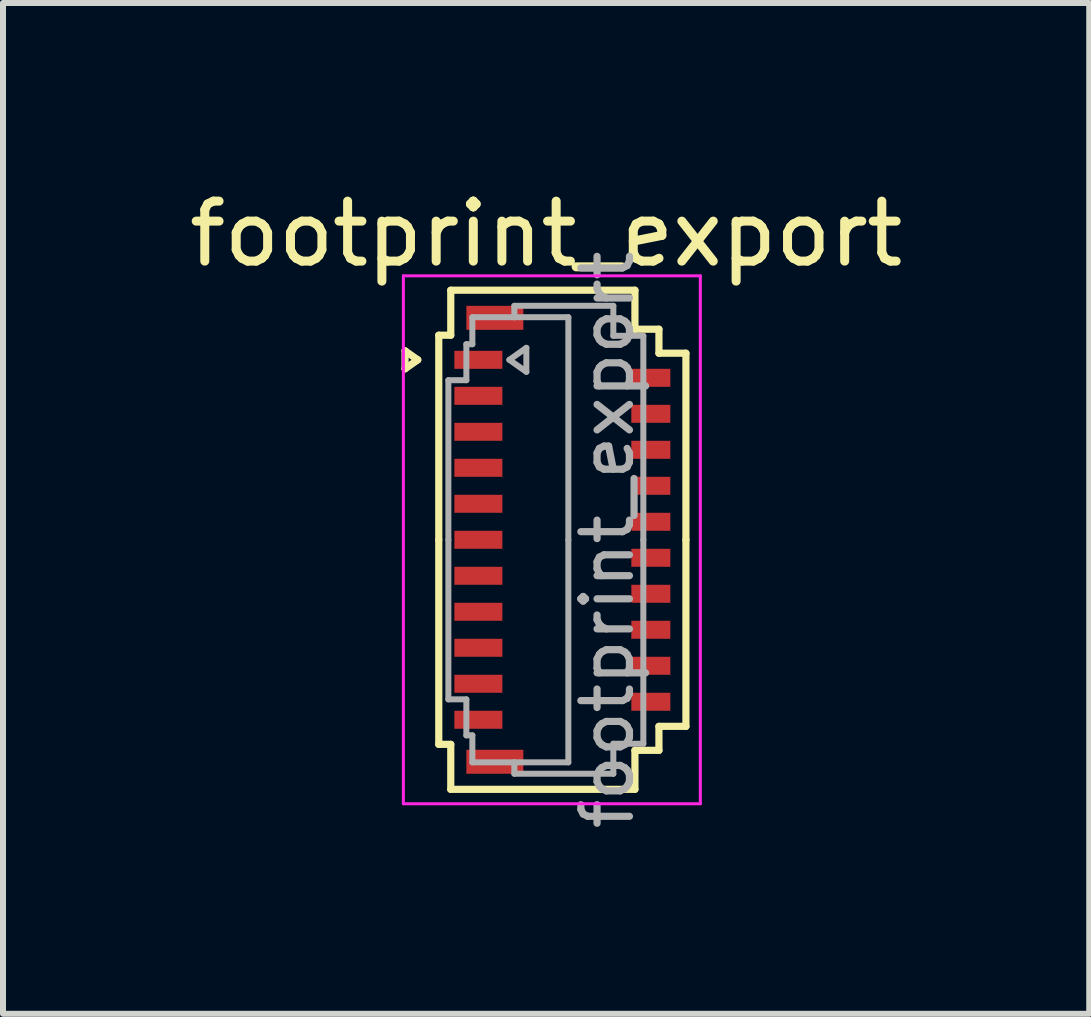
<source format=kicad_pcb>
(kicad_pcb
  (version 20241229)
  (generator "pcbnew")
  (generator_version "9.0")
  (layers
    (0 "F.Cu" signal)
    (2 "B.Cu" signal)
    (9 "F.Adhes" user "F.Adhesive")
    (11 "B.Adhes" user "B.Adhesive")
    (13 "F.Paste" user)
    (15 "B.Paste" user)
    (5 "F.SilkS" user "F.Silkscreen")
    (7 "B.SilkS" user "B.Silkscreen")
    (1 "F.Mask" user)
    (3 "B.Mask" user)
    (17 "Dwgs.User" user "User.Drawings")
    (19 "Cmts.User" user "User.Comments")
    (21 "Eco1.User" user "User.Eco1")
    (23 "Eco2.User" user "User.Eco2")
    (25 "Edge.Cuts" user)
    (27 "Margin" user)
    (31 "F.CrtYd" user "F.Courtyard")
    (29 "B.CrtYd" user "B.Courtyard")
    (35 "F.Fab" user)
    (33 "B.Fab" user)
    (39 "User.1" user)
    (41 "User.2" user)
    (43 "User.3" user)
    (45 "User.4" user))
  (footprint "footprint_export"
    (layer "F.Cu")
    (at 6.324 5.948)
    (property "Reference" "footprint_export" (at -0.27 -5.1 0) (layer "F.SilkS") (effects (font (size 1 1) (thickness 0.15))))
    (attr smd)
    (fp_line (start -2.622 -3.15) (end -2.41 -3) (stroke (width 0.12) (type solid)) (layer "F.SilkS"))
    (fp_line (start -2.622 -2.85) (end -2.622 -3.15) (stroke (width 0.12) (type solid)) (layer "F.SilkS"))
    (fp_line (start -2.41 -3) (end -2.622 -2.85) (stroke (width 0.12) (type solid)) (layer "F.SilkS"))
    (fp_line (start -2.06 -3.41) (end -2.06 0) (stroke (width 0.12) (type solid)) (layer "F.SilkS"))
    (fp_line (start -2.06 3.41) (end -2.06 0) (stroke (width 0.12) (type solid)) (layer "F.SilkS"))
    (fp_line (start -1.86 -4.16) (end -1.86 -3.41) (stroke (width 0.12) (type solid)) (layer "F.SilkS"))
    (fp_line (start -1.86 -3.41) (end -2.06 -3.41) (stroke (width 0.12) (type solid)) (layer "F.SilkS"))
    (fp_line (start -1.86 3.41) (end -2.06 3.41) (stroke (width 0.12) (type solid)) (layer "F.SilkS"))
    (fp_line (start -1.86 4.16) (end -1.86 3.41) (stroke (width 0.12) (type solid)) (layer "F.SilkS"))
    (fp_line (start 1.21 -4.16) (end -1.86 -4.16) (stroke (width 0.12) (type solid)) (layer "F.SilkS"))
    (fp_line (start 1.21 -3.51) (end 1.21 -4.16) (stroke (width 0.12) (type solid)) (layer "F.SilkS"))
    (fp_line (start 1.21 3.51) (end 1.21 4.16) (stroke (width 0.12) (type solid)) (layer "F.SilkS"))
    (fp_line (start 1.21 4.16) (end -1.86 4.16) (stroke (width 0.12) (type solid)) (layer "F.SilkS"))
    (fp_line (start 1.61 -3.51) (end 1.21 -3.51) (stroke (width 0.12) (type solid)) (layer "F.SilkS"))
    (fp_line (start 1.61 -3.11) (end 1.61 -3.51) (stroke (width 0.12) (type solid)) (layer "F.SilkS"))
    (fp_line (start 1.61 3.11) (end 1.61 3.51) (stroke (width 0.12) (type solid)) (layer "F.SilkS"))
    (fp_line (start 1.61 3.51) (end 1.21 3.51) (stroke (width 0.12) (type solid)) (layer "F.SilkS"))
    (fp_line (start 2.06 -3.11) (end 1.61 -3.11) (stroke (width 0.12) (type solid)) (layer "F.SilkS"))
    (fp_line (start 2.06 0) (end 2.06 -3.11) (stroke (width 0.12) (type solid)) (layer "F.SilkS"))
    (fp_line (start 2.06 0) (end 2.06 3.11) (stroke (width 0.12) (type solid)) (layer "F.SilkS"))
    (fp_line (start 2.06 3.11) (end 1.61 3.11) (stroke (width 0.12) (type solid)) (layer "F.SilkS"))
    (fp_line (start -2.65 -4.4) (end -2.65 4.4) (stroke (width 0.05) (type solid)) (layer "F.CrtYd"))
    (fp_line (start -2.65 4.4) (end 2.3 4.4) (stroke (width 0.05) (type solid)) (layer "F.CrtYd"))
    (fp_line (start 2.3 -4.4) (end -2.65 -4.4) (stroke (width 0.05) (type solid)) (layer "F.CrtYd"))
    (fp_line (start 2.3 4.4) (end 2.3 -4.4) (stroke (width 0.05) (type solid)) (layer "F.CrtYd"))
    (fp_line (start -1.9 -2.66) (end -1.6 -2.66) (stroke (width 0.1) (type solid)) (layer "F.Fab"))
    (fp_line (start -1.9 0) (end -1.9 -2.66) (stroke (width 0.1) (type solid)) (layer "F.Fab"))
    (fp_line (start -1.9 0) (end -1.9 2.66) (stroke (width 0.1) (type solid)) (layer "F.Fab"))
    (fp_line (start -1.9 2.66) (end -1.6 2.66) (stroke (width 0.1) (type solid)) (layer "F.Fab"))
    (fp_line (start -1.6 -3.26) (end -1.5 -3.26) (stroke (width 0.1) (type solid)) (layer "F.Fab"))
    (fp_line (start -1.6 -2.66) (end -1.6 -3.26) (stroke (width 0.1) (type solid)) (layer "F.Fab"))
    (fp_line (start -1.6 2.66) (end -1.6 3.26) (stroke (width 0.1) (type solid)) (layer "F.Fab"))
    (fp_line (start -1.6 3.26) (end -1.5 3.26) (stroke (width 0.1) (type solid)) (layer "F.Fab"))
    (fp_line (start -1.5 -3.71) (end -0.8 -3.71) (stroke (width 0.1) (type solid)) (layer "F.Fab"))
    (fp_line (start -1.5 -3.26) (end -1.5 -3.71) (stroke (width 0.1) (type solid)) (layer "F.Fab"))
    (fp_line (start -1.5 3.26) (end -1.5 3.71) (stroke (width 0.1) (type solid)) (layer "F.Fab"))
    (fp_line (start -1.5 3.71) (end -0.8 3.71) (stroke (width 0.1) (type solid)) (layer "F.Fab"))
    (fp_line (start -0.883 -3) (end -0.6 -2.8) (stroke (width 0.1) (type solid)) (layer "F.Fab"))
    (fp_line (start -0.8 -3.9) (end 0.85 -3.9) (stroke (width 0.1) (type solid)) (layer "F.Fab"))
    (fp_line (start -0.8 -3.71) (end -0.8 -3.9) (stroke (width 0.1) (type solid)) (layer "F.Fab"))
    (fp_line (start -0.8 3.71) (end -0.8 3.9) (stroke (width 0.1) (type solid)) (layer "F.Fab"))
    (fp_line (start -0.8 3.9) (end 0.85 3.9) (stroke (width 0.1) (type solid)) (layer "F.Fab"))
    (fp_line (start -0.6 -3.2) (end -0.883 -3) (stroke (width 0.1) (type solid)) (layer "F.Fab"))
    (fp_line (start -0.6 -2.8) (end -0.6 -3.2) (stroke (width 0.1) (type solid)) (layer "F.Fab"))
    (fp_line (start 0.1 -3.71) (end -0.8 -3.71) (stroke (width 0.1) (type solid)) (layer "F.Fab"))
    (fp_line (start 0.1 0) (end 0.1 -3.71) (stroke (width 0.1) (type solid)) (layer "F.Fab"))
    (fp_line (start 0.1 0) (end 0.1 3.71) (stroke (width 0.1) (type solid)) (layer "F.Fab"))
    (fp_line (start 0.1 3.71) (end -0.8 3.71) (stroke (width 0.1) (type solid)) (layer "F.Fab"))
    (fp_line (start 0.85 -3.9) (end 0.85 -3.4) (stroke (width 0.1) (type solid)) (layer "F.Fab"))
    (fp_line (start 0.85 -3.4) (end 1.35 -3.4) (stroke (width 0.1) (type solid)) (layer "F.Fab"))
    (fp_line (start 0.85 3.4) (end 1.35 3.4) (stroke (width 0.1) (type solid)) (layer "F.Fab"))
    (fp_line (start 0.85 3.9) (end 0.85 3.4) (stroke (width 0.1) (type solid)) (layer "F.Fab"))
    (fp_line (start 1.35 -3.4) (end 1.35 0) (stroke (width 0.1) (type solid)) (layer "F.Fab"))
    (fp_line (start 1.35 3.4) (end 1.35 0) (stroke (width 0.1) (type solid)) (layer "F.Fab"))
    (fp_text user "${REFERENCE}" (at 0.75 0 90) (layer "F.Fab") (effects (font (size 0.81 0.81) (thickness 0.12))))
    (pad "1" smd rect (at -1.4 -3) (size 0.8 0.3) (layers "F.Cu" "F.Mask" "F.Paste"))
    (pad "2" smd rect (at 1.475 -2.7) (size 0.65 0.3) (layers "F.Cu" "F.Mask" "F.Paste"))
    (pad "3" smd rect (at -1.4 -2.4) (size 0.8 0.3) (layers "F.Cu" "F.Mask" "F.Paste"))
    (pad "4" smd rect (at 1.475 -2.1) (size 0.65 0.3) (layers "F.Cu" "F.Mask" "F.Paste"))
    (pad "5" smd rect (at -1.4 -1.8) (size 0.8 0.3) (layers "F.Cu" "F.Mask" "F.Paste"))
    (pad "6" smd rect (at 1.475 -1.5) (size 0.65 0.3) (layers "F.Cu" "F.Mask" "F.Paste"))
    (pad "7" smd rect (at -1.4 -1.2) (size 0.8 0.3) (layers "F.Cu" "F.Mask" "F.Paste"))
    (pad "8" smd rect (at 1.475 -0.9) (size 0.65 0.3) (layers "F.Cu" "F.Mask" "F.Paste"))
    (pad "9" smd rect (at -1.4 -0.6) (size 0.8 0.3) (layers "F.Cu" "F.Mask" "F.Paste"))
    (pad "10" smd rect (at 1.475 -0.3) (size 0.65 0.3) (layers "F.Cu" "F.Mask" "F.Paste"))
    (pad "11" smd rect (at -1.4 0) (size 0.8 0.3) (layers "F.Cu" "F.Mask" "F.Paste"))
    (pad "12" smd rect (at 1.475 0.3) (size 0.65 0.3) (layers "F.Cu" "F.Mask" "F.Paste"))
    (pad "13" smd rect (at -1.4 0.6) (size 0.8 0.3) (layers "F.Cu" "F.Mask" "F.Paste"))
    (pad "14" smd rect (at 1.475 0.9) (size 0.65 0.3) (layers "F.Cu" "F.Mask" "F.Paste"))
    (pad "15" smd rect (at -1.4 1.2) (size 0.8 0.3) (layers "F.Cu" "F.Mask" "F.Paste"))
    (pad "16" smd rect (at 1.475 1.5) (size 0.65 0.3) (layers "F.Cu" "F.Mask" "F.Paste"))
    (pad "17" smd rect (at -1.4 1.8) (size 0.8 0.3) (layers "F.Cu" "F.Mask" "F.Paste"))
    (pad "18" smd rect (at 1.475 2.1) (size 0.65 0.3) (layers "F.Cu" "F.Mask" "F.Paste"))
    (pad "19" smd rect (at -1.4 2.4) (size 0.8 0.3) (layers "F.Cu" "F.Mask" "F.Paste"))
    (pad "20" smd rect (at 1.475 2.7) (size 0.65 0.3) (layers "F.Cu" "F.Mask" "F.Paste"))
    (pad "21" smd rect (at -1.4 3) (size 0.8 0.3) (layers "F.Cu" "F.Mask" "F.Paste"))
    (pad "MP" smd rect (at -1.125 -3.7) (size 0.95 0.4) (layers "F.Cu" "F.Mask" "F.Paste"))
    (pad "MP" smd rect (at -1.125 3.7) (size 0.95 0.4) (layers "F.Cu" "F.Mask" "F.Paste")))
  (gr_rect
    (start -3 -3)
    (end 15.107 13.849)
    (stroke (width 0.1) (type default))
    (fill no)
    (layer "Edge.Cuts")))
</source>
